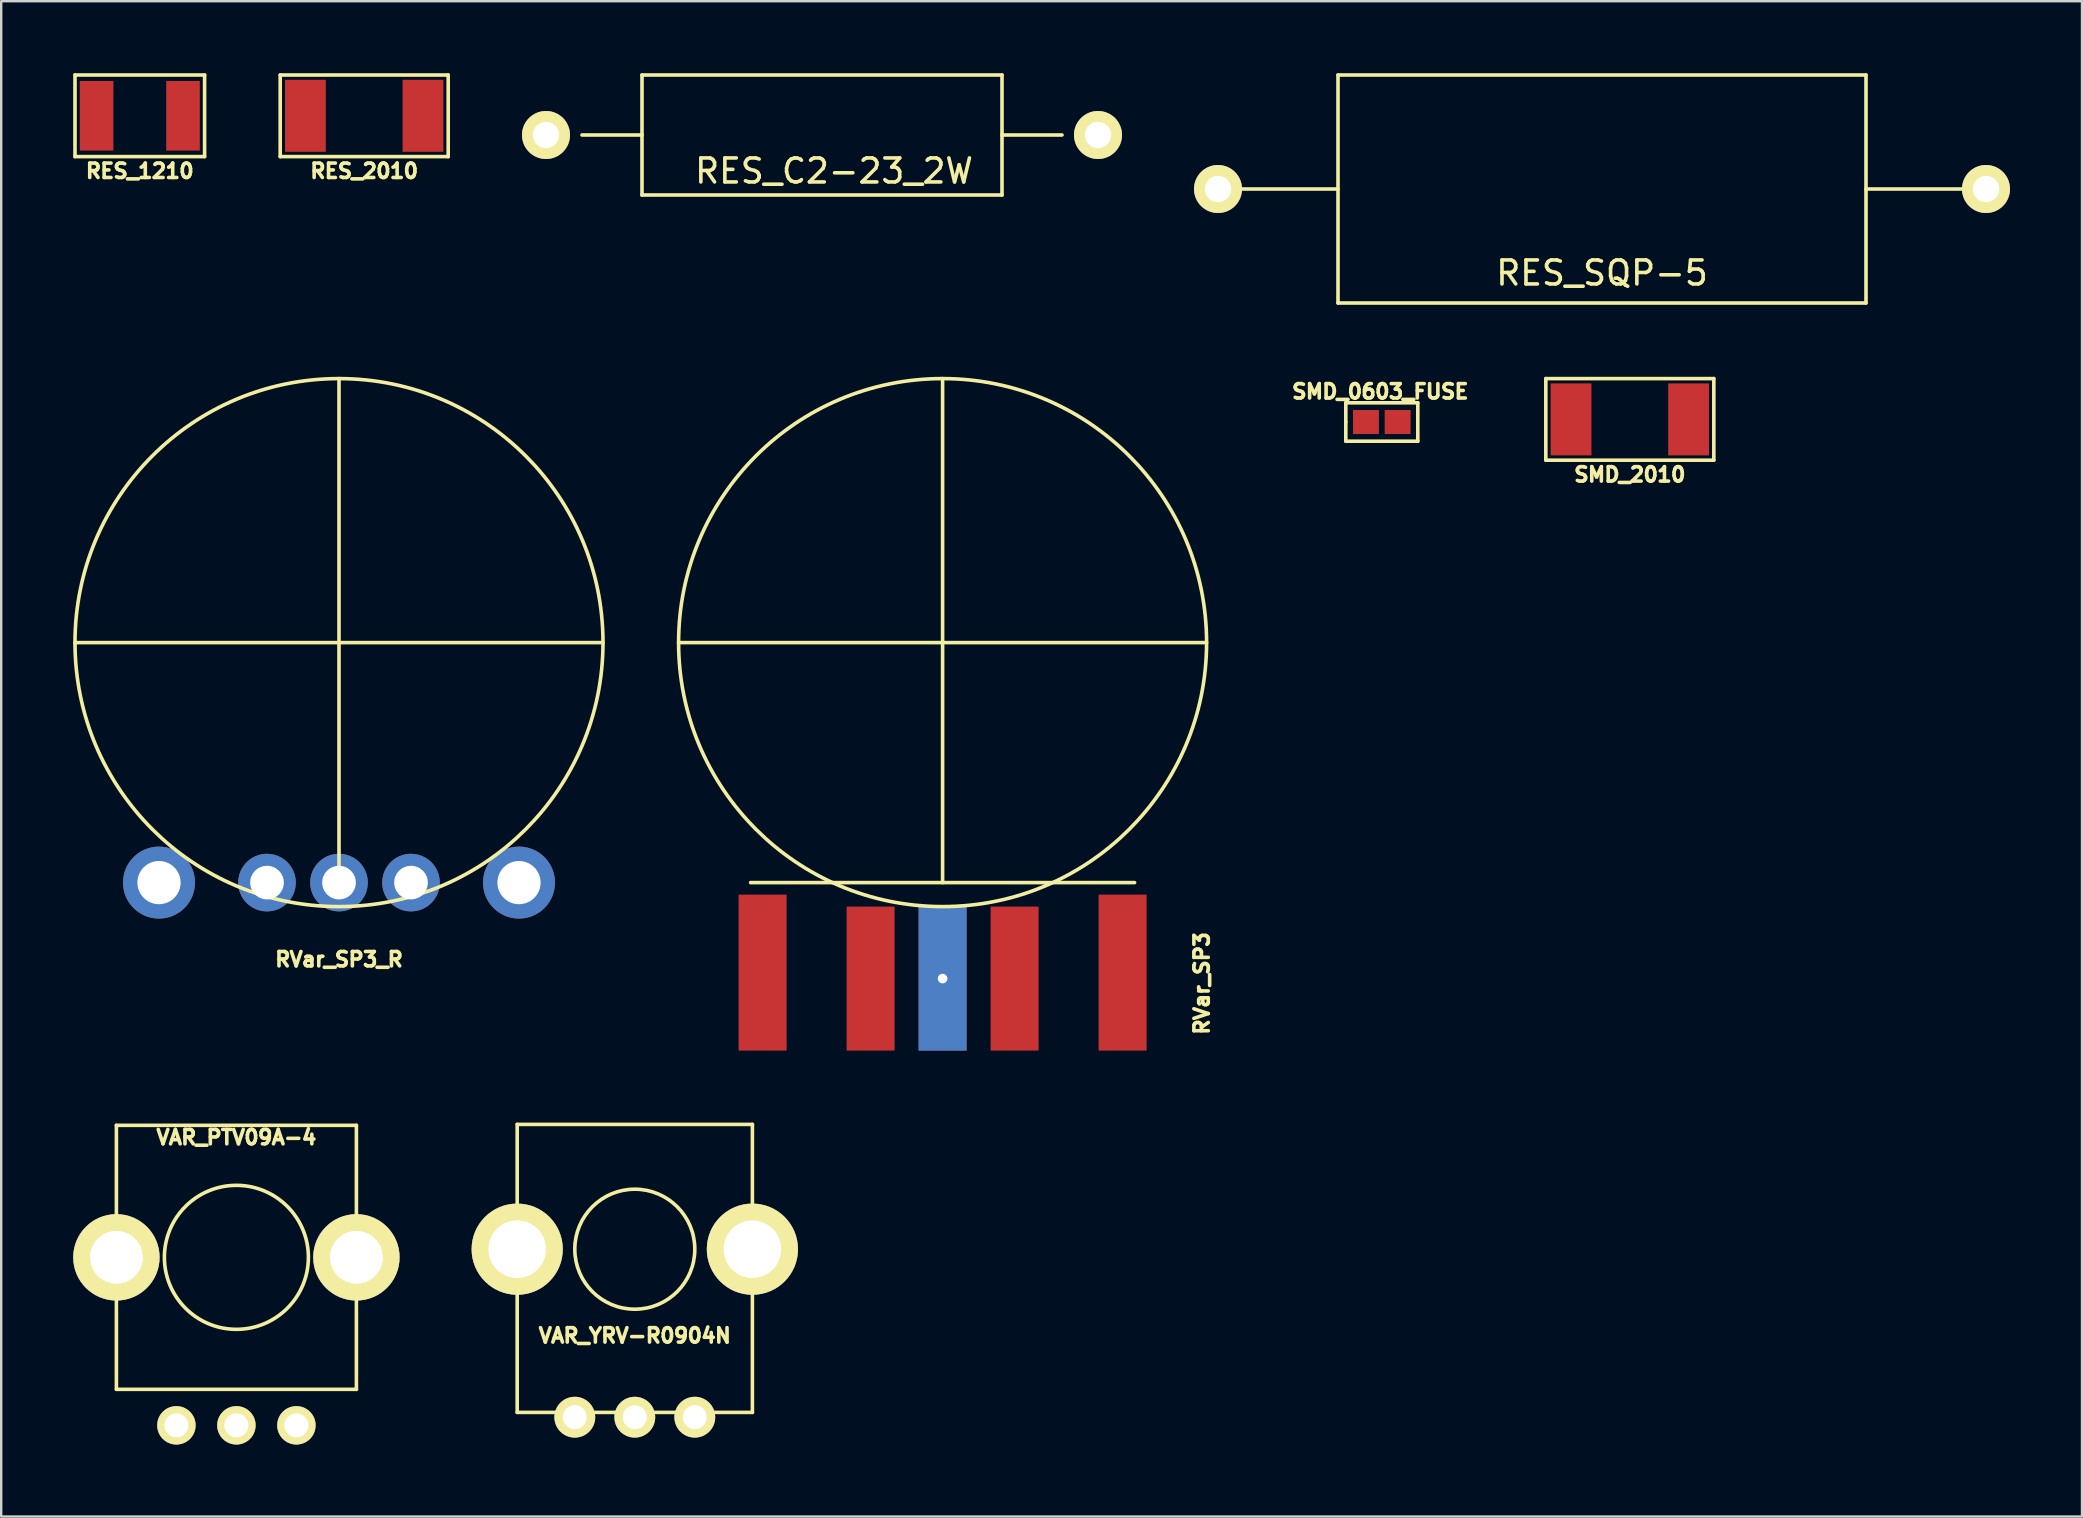
<source format=kicad_pcb>
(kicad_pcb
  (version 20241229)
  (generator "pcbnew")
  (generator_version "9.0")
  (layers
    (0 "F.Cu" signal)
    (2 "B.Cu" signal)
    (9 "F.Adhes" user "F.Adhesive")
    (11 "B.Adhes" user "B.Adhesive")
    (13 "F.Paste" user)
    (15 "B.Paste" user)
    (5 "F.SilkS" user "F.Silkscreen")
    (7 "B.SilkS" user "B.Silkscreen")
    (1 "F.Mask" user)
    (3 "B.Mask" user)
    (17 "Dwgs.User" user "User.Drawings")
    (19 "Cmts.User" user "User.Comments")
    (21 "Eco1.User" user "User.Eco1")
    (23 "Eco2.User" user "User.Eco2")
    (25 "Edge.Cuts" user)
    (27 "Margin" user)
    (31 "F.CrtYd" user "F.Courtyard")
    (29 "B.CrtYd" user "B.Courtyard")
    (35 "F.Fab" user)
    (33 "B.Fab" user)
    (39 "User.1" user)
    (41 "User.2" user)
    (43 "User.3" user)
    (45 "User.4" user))
  (footprint "RES_1210"
    (layer "F.Cu")
    (at 2.775 1.775)
    (property "Reference" "RES_1210" (at 0 2.3 0) (layer "F.SilkS") (effects (font (size 0.6 0.6) (thickness 0.15))))
    (attr through_hole)
    (fp_line (start -2.7 -1.7) (end 2.7 -1.7) (stroke (width 0.15) (type solid)) (layer "F.SilkS"))
    (fp_line (start -2.7 1.7) (end -2.7 -1.7) (stroke (width 0.15) (type solid)) (layer "F.SilkS"))
    (fp_line (start 2.7 -1.7) (end 2.7 1.7) (stroke (width 0.15) (type solid)) (layer "F.SilkS"))
    (fp_line (start 2.7 1.7) (end -2.7 1.7) (stroke (width 0.15) (type solid)) (layer "F.SilkS"))
    (pad "1" smd rect (at -1.8 0 180) (size 1.4 2.9) (layers "F.Cu" "F.Mask" "F.Paste"))
    (pad "2" smd rect (at 1.8 0 180) (size 1.4 2.9) (layers "F.Cu" "F.Mask" "F.Paste")))
  (footprint "SMD_0603_FUSE"
    (layer "F.Cu")
    (at 54.525 14.534)
    (property "Reference" "SMD_0603_FUSE" (at -0.064 -1.27 0) (layer "F.SilkS") (effects (font (size 0.6 0.6) (thickness 0.15))))
    (attr smd)
    (fp_line (start -1.5 -0.8) (end 1.5 -0.8) (stroke (width 0.15) (type solid)) (layer "F.SilkS"))
    (fp_line (start -1.5 0) (end -1.5 -0.8) (stroke (width 0.15) (type solid)) (layer "F.SilkS"))
    (fp_line (start -1.5 0.8) (end -1.5 0) (stroke (width 0.15) (type solid)) (layer "F.SilkS"))
    (fp_line (start 1.5 -0.8) (end 1.5 0.8) (stroke (width 0.15) (type solid)) (layer "F.SilkS"))
    (fp_line (start 1.5 0.8) (end -1.5 0.8) (stroke (width 0.15) (type solid)) (layer "F.SilkS"))
    (pad "1" smd rect (at -0.66 0) (size 1.08 1) (layers "F.Cu" "F.Mask" "F.Paste"))
    (pad "2" smd rect (at 0.66 0) (size 1.08 1) (layers "F.Cu" "F.Mask" "F.Paste")))
  (footprint "RVar_SP3_R"
    (layer "F.Cu")
    (at 11.075 23.725)
    (property "Reference" "RVar_SP3_R" (at 0 13.2 180) (layer "F.SilkS") (effects (font (size 0.6 0.6) (thickness 0.15))))
    (attr through_hole)
    (fp_line (start -11 0) (end 11 0) (stroke (width 0.15) (type solid)) (layer "F.SilkS"))
    (fp_line (start 0 10) (end 0 -11) (stroke (width 0.15) (type solid)) (layer "F.SilkS"))
    (fp_circle (center 0 0) (end 11 0) (stroke (width 0.15) (type solid)) (fill no) (layer "F.SilkS"))
    (pad "1" thru_hole circle (at 3 10) (size 2.4 2.4) (drill 1.4) (layers "*.Cu" "*.Mask"))
    (pad "2" thru_hole circle (at -3 10) (size 2.4 2.4) (drill 1.4) (layers "*.Cu" "*.Mask"))
    (pad "3" thru_hole circle (at 0 10) (size 2.4 2.4) (drill 1.4) (layers "*.Cu" "*.Mask"))
    (pad "4" thru_hole circle (at 7.5 10) (size 3 3) (drill 1.8) (layers "*.Cu" "*.Mask"))
    (pad "5" thru_hole circle (at -7.5 10) (size 3 3) (drill 1.8) (layers "*.Cu" "*.Mask")))
  (footprint "RES_C2-23_2W"
    (layer "F.Cu")
    (at 31.2 2.575)
    (property "Reference" "RES_C2-23_2W" (at 0.5 1.5 0) (layer "F.SilkS") (effects (font (size 1 1) (thickness 0.15))))
    (attr through_hole)
    (fp_line (start -7.5 -2.5) (end 7.5 -2.5) (stroke (width 0.15) (type solid)) (layer "F.SilkS"))
    (fp_line (start -7.5 0) (end -10 0) (stroke (width 0.15) (type solid)) (layer "F.SilkS"))
    (fp_line (start -7.5 2.5) (end -7.5 -2.5) (stroke (width 0.15) (type solid)) (layer "F.SilkS"))
    (fp_line (start 7.5 -2.5) (end 7.5 2.5) (stroke (width 0.15) (type solid)) (layer "F.SilkS"))
    (fp_line (start 7.5 0) (end 10 0) (stroke (width 0.15) (type solid)) (layer "F.SilkS"))
    (fp_line (start 7.5 2.5) (end -7.5 2.5) (stroke (width 0.15) (type solid)) (layer "F.SilkS"))
    (pad "1" thru_hole circle (at -11.5 0) (size 2 2) (drill 1.1) (layers "*.Cu" "*.Mask" "F.SilkS"))
    (pad "2" thru_hole circle (at 11.5 0) (size 2 2) (drill 1.1) (layers "*.Cu" "*.Mask" "F.SilkS")))
  (footprint "RES_2010"
    (layer "F.Cu")
    (at 12.125 1.775)
    (property "Reference" "RES_2010" (at 0 2.3 0) (layer "F.SilkS") (effects (font (size 0.6 0.6) (thickness 0.15))))
    (attr through_hole)
    (fp_line (start -3.5 -1.7) (end 3.5 -1.7) (stroke (width 0.15) (type solid)) (layer "F.SilkS"))
    (fp_line (start -3.5 1.7) (end -3.5 -1.7) (stroke (width 0.15) (type solid)) (layer "F.SilkS"))
    (fp_line (start 3.5 -1.7) (end 3.5 1.7) (stroke (width 0.15) (type solid)) (layer "F.SilkS"))
    (fp_line (start 3.5 1.7) (end -3.5 1.7) (stroke (width 0.15) (type solid)) (layer "F.SilkS"))
    (pad "1" smd rect (at -2.45 0 180) (size 1.7 3) (layers "F.Cu" "F.Mask" "F.Paste"))
    (pad "2" smd rect (at 2.45 0 180) (size 1.7 3) (layers "F.Cu" "F.Mask" "F.Paste")))
  (footprint "VAR_YRV-R0904N"
    (layer "F.Cu")
    (at 23.4 49)
    (property "Reference" "VAR_YRV-R0904N" (at 0 3.6 0) (layer "F.SilkS") (effects (font (size 0.6 0.6) (thickness 0.15))))
    (attr through_hole)
    (fp_line (start -4.9 -5.2) (end 4.9 -5.2) (stroke (width 0.15) (type solid)) (layer "F.SilkS"))
    (fp_line (start -4.9 0) (end -4.9 -5.2) (stroke (width 0.15) (type solid)) (layer "F.SilkS"))
    (fp_line (start -4.9 6.8) (end -4.9 0) (stroke (width 0.15) (type solid)) (layer "F.SilkS"))
    (fp_line (start 4.9 -5.2) (end 4.9 0) (stroke (width 0.15) (type solid)) (layer "F.SilkS"))
    (fp_line (start 4.9 0) (end 4.9 6.8) (stroke (width 0.15) (type solid)) (layer "F.SilkS"))
    (fp_line (start 4.9 6.8) (end -4.9 6.8) (stroke (width 0.15) (type solid)) (layer "F.SilkS"))
    (fp_circle (center 0 0) (end 2.5 0) (stroke (width 0.15) (type solid)) (fill no) (layer "F.SilkS"))
    (pad "1" thru_hole circle (at -2.5 7) (size 1.7 1.7) (drill 1) (layers "*.Cu" "*.Mask" "F.SilkS"))
    (pad "2" thru_hole circle (at 2.5 7) (size 1.7 1.7) (drill 1) (layers "*.Cu" "*.Mask" "F.SilkS"))
    (pad "3" thru_hole circle (at 0 7) (size 1.7 1.7) (drill 1) (layers "*.Cu" "*.Mask" "F.SilkS"))
    (pad "H" thru_hole circle (at -4.9 0) (size 3.8 3.8) (drill 2.4) (layers "*.Cu" "*.Mask" "F.SilkS"))
    (pad "H" thru_hole circle (at 4.9 0) (size 3.8 3.8) (drill 2.4) (layers "*.Cu" "*.Mask" "F.SilkS")))
  (footprint "RVar_SP3"
    (layer "F.Cu")
    (at 36.225 33.725)
    (property "Reference" "RVar_SP3" (at 10.8 4.2 90) (layer "F.SilkS") (effects (font (size 0.6 0.6) (thickness 0.15))))
    (attr through_hole)
    (fp_line (start -11 -10) (end 11 -10) (stroke (width 0.15) (type solid)) (layer "F.SilkS"))
    (fp_line (start -8 0) (end 8 0) (stroke (width 0.15) (type solid)) (layer "F.SilkS"))
    (fp_line (start 0 0) (end 0 -21) (stroke (width 0.15) (type solid)) (layer "F.SilkS"))
    (fp_circle (center 0 -10) (end 11 -10) (stroke (width 0.15) (type solid)) (fill no) (layer "F.SilkS"))
    (pad "1" smd rect (at 3 4) (size 2 6) (layers "F.Cu" "F.Mask" "F.Paste"))
    (pad "2" smd rect (at -3 4) (size 2 6) (layers "F.Cu" "F.Mask" "F.Paste"))
    (pad "3" thru_hole rect (at 0 4) (size 2 6) (drill 0.4) (layers "*.Cu" "*.Mask"))
    (pad "4" smd rect (at 7.5 3.75) (size 2 6.5) (layers "F.Cu" "F.Mask" "F.Paste"))
    (pad "5" smd rect (at -7.5 3.75) (size 2 6.5) (layers "F.Cu" "F.Mask" "F.Paste")))
  (footprint "VAR_PTV09A-4"
    (layer "F.Cu")
    (at 6.8 49.339)
    (property "Reference" "VAR_PTV09A-4" (at 0 -5 0) (layer "F.SilkS") (effects (font (size 0.6 0.6) (thickness 0.15))))
    (attr through_hole)
    (fp_line (start -5 -5.5) (end 5 -5.5) (stroke (width 0.15) (type solid)) (layer "F.SilkS"))
    (fp_line (start -5 0) (end -5 -5.5) (stroke (width 0.15) (type solid)) (layer "F.SilkS"))
    (fp_line (start -5 0) (end -5 5.5) (stroke (width 0.15) (type solid)) (layer "F.SilkS"))
    (fp_line (start -5 5.5) (end 5 5.5) (stroke (width 0.15) (type solid)) (layer "F.SilkS"))
    (fp_line (start 5 -5.5) (end 5 0) (stroke (width 0.15) (type solid)) (layer "F.SilkS"))
    (fp_line (start 5 5.5) (end 5 0) (stroke (width 0.15) (type solid)) (layer "F.SilkS"))
    (fp_circle (center 0 0) (end 3 0) (stroke (width 0.15) (type solid)) (fill no) (layer "F.SilkS"))
    (pad "1" thru_hole circle (at -2.5 7) (size 1.6 1.6) (drill 1) (layers "*.Cu" "*.Mask" "F.SilkS"))
    (pad "2" thru_hole circle (at 2.5 7) (size 1.6 1.6) (drill 1) (layers "*.Cu" "*.Mask" "F.SilkS"))
    (pad "3" thru_hole circle (at 0 7) (size 1.6 1.6) (drill 1) (layers "*.Cu" "*.Mask" "F.SilkS"))
    (pad "H" thru_hole circle (at -5 0) (size 3.6 3.6) (drill 2.2) (layers "*.Cu" "*.Mask" "F.SilkS"))
    (pad "H" thru_hole circle (at 5 0) (size 3.6 3.6) (drill 2.2) (layers "*.Cu" "*.Mask" "F.SilkS")))
  (footprint "SMD_2010"
    (layer "F.Cu")
    (at 64.859 14.425)
    (property "Reference" "SMD_2010" (at 0 2.3 0) (layer "F.SilkS") (effects (font (size 0.6 0.6) (thickness 0.15))))
    (attr through_hole)
    (fp_line (start -3.5 -1.7) (end 3.5 -1.7) (stroke (width 0.15) (type solid)) (layer "F.SilkS"))
    (fp_line (start -3.5 1.7) (end -3.5 -1.7) (stroke (width 0.15) (type solid)) (layer "F.SilkS"))
    (fp_line (start 3.5 -1.7) (end 3.5 1.7) (stroke (width 0.15) (type solid)) (layer "F.SilkS"))
    (fp_line (start 3.5 1.7) (end -3.5 1.7) (stroke (width 0.15) (type solid)) (layer "F.SilkS"))
    (pad "1" smd rect (at -2.45 0 180) (size 1.7 3) (layers "F.Cu" "F.Mask" "F.Paste"))
    (pad "2" smd rect (at 2.45 0 180) (size 1.7 3) (layers "F.Cu" "F.Mask" "F.Paste")))
  (footprint "RES_SQP-5"
    (layer "F.Cu")
    (at 63.7 4.825)
    (property "Reference" "RES_SQP-5" (at 0 3.5 0) (layer "F.SilkS") (effects (font (size 1 1) (thickness 0.15))))
    (attr through_hole)
    (fp_line (start -15 0) (end -11 0) (stroke (width 0.15) (type solid)) (layer "F.SilkS"))
    (fp_line (start -11 -4.75) (end 11 -4.75) (stroke (width 0.15) (type solid)) (layer "F.SilkS"))
    (fp_line (start -11 4.75) (end -11 -4.75) (stroke (width 0.15) (type solid)) (layer "F.SilkS"))
    (fp_line (start 11 -4.75) (end 11 4.75) (stroke (width 0.15) (type solid)) (layer "F.SilkS"))
    (fp_line (start 11 0) (end 15 0) (stroke (width 0.15) (type solid)) (layer "F.SilkS"))
    (fp_line (start 11 4.75) (end -11 4.75) (stroke (width 0.15) (type solid)) (layer "F.SilkS"))
    (pad "1" thru_hole circle (at -16 0) (size 2 2) (drill 1.1) (layers "*.Cu" "*.Mask" "F.SilkS"))
    (pad "2" thru_hole circle (at 16 0) (size 2 2) (drill 1.1) (layers "*.Cu" "*.Mask" "F.SilkS")))
  (gr_rect
    (start -3 -3)
    (end 83.7 60.139)
    (stroke (width 0.1) (type default))
    (fill no)
    (layer "Edge.Cuts")))
</source>
